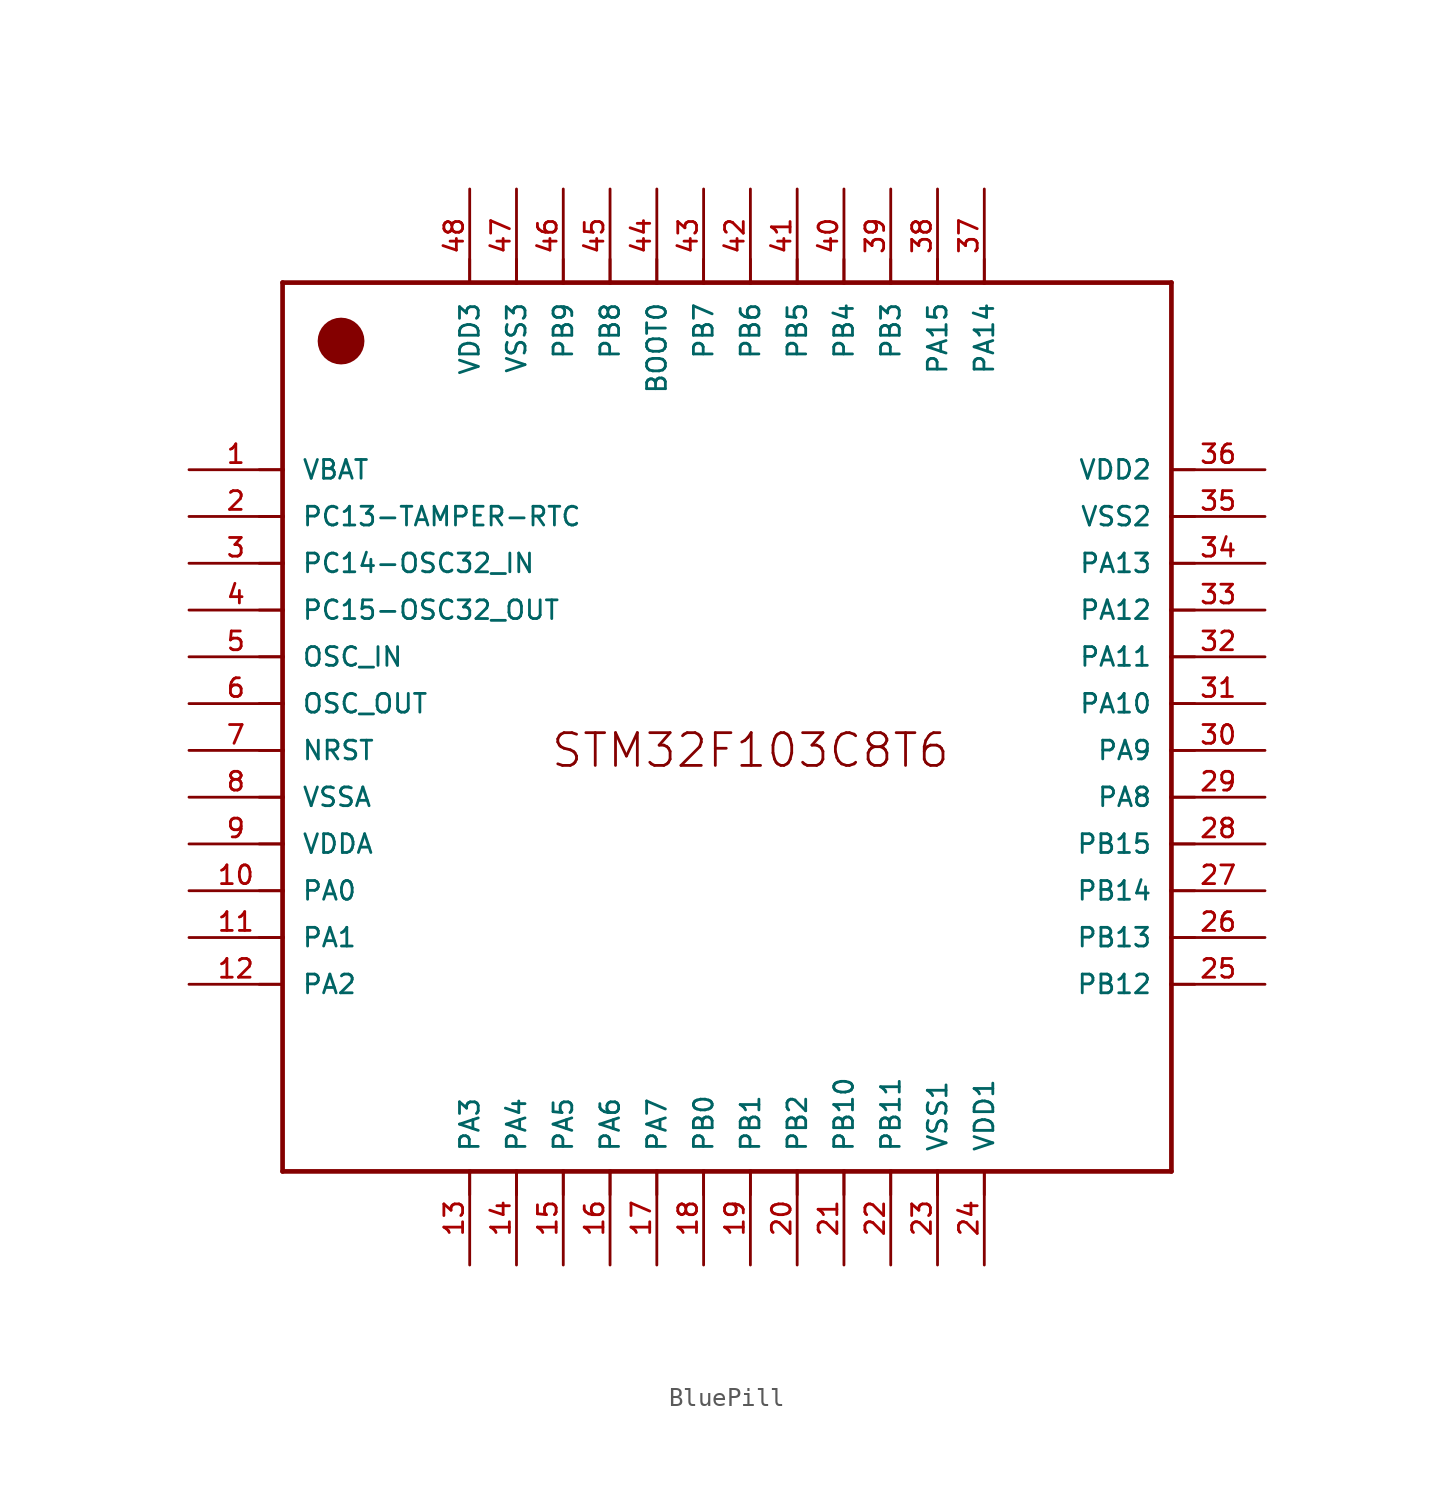
<source format=kicad_sym>
(kicad_symbol_lib
  (version 20231120)
  (generator "kicad_symbol_editor")
  (generator_version "8.0")
  (symbol "BluePill"
    (pin_names
      (offset 1.016))
    (property "Reference" "U"
      (at 21.59 26.67 0)
      (effects (font (size 1.27 1.27)) (justify left bottom) (hide yes)))
    (property "ki_locked" ""
      (at 0 0 0)
      (effects (font (size 1.27 1.27))))
    (symbol "BluePill_0_0"
      (circle (center -22.225 22.225) (radius 0.635) (stroke (width 1.27) (type solid)) (fill (type none)))
      (polyline (pts (xy -26.67 -10.16) (xy -25.4 -10.16)) (stroke (width 0.152) (type solid)) (fill (type none)))
      (polyline (pts (xy -26.67 -7.62) (xy -25.4 -7.62)) (stroke (width 0.152) (type solid)) (fill (type none)))
      (polyline (pts (xy -26.67 -5.08) (xy -25.4 -5.08)) (stroke (width 0.152) (type solid)) (fill (type none)))
      (polyline (pts (xy -26.67 -2.54) (xy -25.4 -2.54)) (stroke (width 0.152) (type solid)) (fill (type none)))
      (polyline (pts (xy -26.67 0) (xy -25.4 0)) (stroke (width 0.152) (type solid)) (fill (type none)))
      (polyline (pts (xy -26.67 2.54) (xy -25.4 2.54)) (stroke (width 0.152) (type solid)) (fill (type none)))
      (polyline (pts (xy -26.67 5.08) (xy -25.4 5.08)) (stroke (width 0.152) (type solid)) (fill (type none)))
      (polyline (pts (xy -26.67 7.62) (xy -25.4 7.62)) (stroke (width 0.152) (type solid)) (fill (type none)))
      (polyline (pts (xy -26.67 10.16) (xy -25.4 10.16)) (stroke (width 0.152) (type solid)) (fill (type none)))
      (polyline (pts (xy -26.67 12.7) (xy -25.4 12.7)) (stroke (width 0.152) (type solid)) (fill (type none)))
      (polyline (pts (xy -26.67 15.24) (xy -25.4 15.24)) (stroke (width 0.152) (type solid)) (fill (type none)))
      (polyline (pts (xy -25.4 -22.86) (xy -25.4 -10.16)) (stroke (width 0.254) (type solid)) (fill (type none)))
      (polyline (pts (xy -25.4 -12.7) (xy -26.67 -12.7)) (stroke (width 0.152) (type solid)) (fill (type none)))
      (polyline (pts (xy -25.4 -10.16) (xy -25.4 -12.7)) (stroke (width 0.152) (type solid)) (fill (type none)))
      (polyline (pts (xy -25.4 -10.16) (xy -25.4 -7.62)) (stroke (width 0.254) (type solid)) (fill (type none)))
      (polyline (pts (xy -25.4 -7.62) (xy -25.4 -5.08)) (stroke (width 0.254) (type solid)) (fill (type none)))
      (polyline (pts (xy -25.4 -5.08) (xy -25.4 -2.54)) (stroke (width 0.254) (type solid)) (fill (type none)))
      (polyline (pts (xy -25.4 -2.54) (xy -25.4 0)) (stroke (width 0.254) (type solid)) (fill (type none)))
      (polyline (pts (xy -25.4 0) (xy -25.4 2.54)) (stroke (width 0.254) (type solid)) (fill (type none)))
      (polyline (pts (xy -25.4 2.54) (xy -25.4 5.08)) (stroke (width 0.254) (type solid)) (fill (type none)))
      (polyline (pts (xy -25.4 5.08) (xy -25.4 7.62)) (stroke (width 0.254) (type solid)) (fill (type none)))
      (polyline (pts (xy -25.4 7.62) (xy -25.4 10.16)) (stroke (width 0.254) (type solid)) (fill (type none)))
      (polyline (pts (xy -25.4 10.16) (xy -25.4 12.7)) (stroke (width 0.254) (type solid)) (fill (type none)))
      (polyline (pts (xy -25.4 12.7) (xy -25.4 15.24)) (stroke (width 0.254) (type solid)) (fill (type none)))
      (polyline (pts (xy -25.4 15.24) (xy -25.4 25.4)) (stroke (width 0.254) (type solid)) (fill (type none)))
      (polyline (pts (xy -25.4 25.4) (xy -12.7 25.4)) (stroke (width 0.254) (type solid)) (fill (type none)))
      (polyline (pts (xy -15.24 -24.13) (xy -15.24 -22.86)) (stroke (width 0.152) (type solid)) (fill (type none)))
      (polyline (pts (xy -15.24 -22.86) (xy -25.4 -22.86)) (stroke (width 0.254) (type solid)) (fill (type none)))
      (polyline (pts (xy -15.24 25.4) (xy -15.24 26.67)) (stroke (width 0.152) (type solid)) (fill (type none)))
      (polyline (pts (xy -12.7 -24.13) (xy -12.7 -22.86)) (stroke (width 0.152) (type solid)) (fill (type none)))
      (polyline (pts (xy -12.7 -22.86) (xy -15.24 -22.86)) (stroke (width 0.254) (type solid)) (fill (type none)))
      (polyline (pts (xy -12.7 25.4) (xy -15.24 25.4)) (stroke (width 0.152) (type solid)) (fill (type none)))
      (polyline (pts (xy -12.7 25.4) (xy -10.16 25.4)) (stroke (width 0.254) (type solid)) (fill (type none)))
      (polyline (pts (xy -12.7 26.67) (xy -12.7 25.4)) (stroke (width 0.152) (type solid)) (fill (type none)))
      (polyline (pts (xy -10.16 -24.13) (xy -10.16 -22.86)) (stroke (width 0.152) (type solid)) (fill (type none)))
      (polyline (pts (xy -10.16 -22.86) (xy -12.7 -22.86)) (stroke (width 0.254) (type solid)) (fill (type none)))
      (polyline (pts (xy -10.16 25.4) (xy -7.62 25.4)) (stroke (width 0.254) (type solid)) (fill (type none)))
      (polyline (pts (xy -10.16 26.67) (xy -10.16 25.4)) (stroke (width 0.152) (type solid)) (fill (type none)))
      (polyline (pts (xy -7.62 -24.13) (xy -7.62 -22.86)) (stroke (width 0.152) (type solid)) (fill (type none)))
      (polyline (pts (xy -7.62 -22.86) (xy -10.16 -22.86)) (stroke (width 0.254) (type solid)) (fill (type none)))
      (polyline (pts (xy -7.62 25.4) (xy -5.08 25.4)) (stroke (width 0.254) (type solid)) (fill (type none)))
      (polyline (pts (xy -7.62 26.67) (xy -7.62 25.4)) (stroke (width 0.152) (type solid)) (fill (type none)))
      (polyline (pts (xy -5.08 -24.13) (xy -5.08 -22.86)) (stroke (width 0.152) (type solid)) (fill (type none)))
      (polyline (pts (xy -5.08 -22.86) (xy -7.62 -22.86)) (stroke (width 0.254) (type solid)) (fill (type none)))
      (polyline (pts (xy -5.08 25.4) (xy -2.54 25.4)) (stroke (width 0.254) (type solid)) (fill (type none)))
      (polyline (pts (xy -5.08 26.67) (xy -5.08 25.4)) (stroke (width 0.152) (type solid)) (fill (type none)))
      (polyline (pts (xy -2.54 -24.13) (xy -2.54 -22.86)) (stroke (width 0.152) (type solid)) (fill (type none)))
      (polyline (pts (xy -2.54 -22.86) (xy -5.08 -22.86)) (stroke (width 0.254) (type solid)) (fill (type none)))
      (polyline (pts (xy -2.54 25.4) (xy 0 25.4)) (stroke (width 0.254) (type solid)) (fill (type none)))
      (polyline (pts (xy -2.54 26.67) (xy -2.54 25.4)) (stroke (width 0.152) (type solid)) (fill (type none)))
      (polyline (pts (xy 0 -24.13) (xy 0 -22.86)) (stroke (width 0.152) (type solid)) (fill (type none)))
      (polyline (pts (xy 0 -22.86) (xy -2.54 -22.86)) (stroke (width 0.254) (type solid)) (fill (type none)))
      (polyline (pts (xy 0 25.4) (xy 2.54 25.4)) (stroke (width 0.254) (type solid)) (fill (type none)))
      (polyline (pts (xy 0 26.67) (xy 0 25.4)) (stroke (width 0.152) (type solid)) (fill (type none)))
      (polyline (pts (xy 2.54 -24.13) (xy 2.54 -22.86)) (stroke (width 0.152) (type solid)) (fill (type none)))
      (polyline (pts (xy 2.54 -22.86) (xy 0 -22.86)) (stroke (width 0.254) (type solid)) (fill (type none)))
      (polyline (pts (xy 2.54 25.4) (xy 5.08 25.4)) (stroke (width 0.254) (type solid)) (fill (type none)))
      (polyline (pts (xy 2.54 26.67) (xy 2.54 25.4)) (stroke (width 0.152) (type solid)) (fill (type none)))
      (polyline (pts (xy 5.08 -24.13) (xy 5.08 -22.86)) (stroke (width 0.152) (type solid)) (fill (type none)))
      (polyline (pts (xy 5.08 -22.86) (xy 2.54 -22.86)) (stroke (width 0.254) (type solid)) (fill (type none)))
      (polyline (pts (xy 5.08 25.4) (xy 7.62 25.4)) (stroke (width 0.254) (type solid)) (fill (type none)))
      (polyline (pts (xy 5.08 26.67) (xy 5.08 25.4)) (stroke (width 0.152) (type solid)) (fill (type none)))
      (polyline (pts (xy 7.62 -24.13) (xy 7.62 -22.86)) (stroke (width 0.152) (type solid)) (fill (type none)))
      (polyline (pts (xy 7.62 -22.86) (xy 5.08 -22.86)) (stroke (width 0.254) (type solid)) (fill (type none)))
      (polyline (pts (xy 7.62 25.4) (xy 10.16 25.4)) (stroke (width 0.254) (type solid)) (fill (type none)))
      (polyline (pts (xy 7.62 26.67) (xy 7.62 25.4)) (stroke (width 0.152) (type solid)) (fill (type none)))
      (polyline (pts (xy 10.16 -24.13) (xy 10.16 -22.86)) (stroke (width 0.152) (type solid)) (fill (type none)))
      (polyline (pts (xy 10.16 -22.86) (xy 7.62 -22.86)) (stroke (width 0.254) (type solid)) (fill (type none)))
      (polyline (pts (xy 10.16 -22.86) (xy 12.7 -22.86)) (stroke (width 0.152) (type solid)) (fill (type none)))
      (polyline (pts (xy 10.16 25.4) (xy 12.7 25.4)) (stroke (width 0.254) (type solid)) (fill (type none)))
      (polyline (pts (xy 10.16 26.67) (xy 10.16 25.4)) (stroke (width 0.152) (type solid)) (fill (type none)))
      (polyline (pts (xy 12.7 -22.86) (xy 12.7 -24.13)) (stroke (width 0.152) (type solid)) (fill (type none)))
      (polyline (pts (xy 12.7 25.4) (xy 22.86 25.4)) (stroke (width 0.254) (type solid)) (fill (type none)))
      (polyline (pts (xy 12.7 26.67) (xy 12.7 25.4)) (stroke (width 0.152) (type solid)) (fill (type none)))
      (polyline (pts (xy 22.86 -22.86) (xy 10.16 -22.86)) (stroke (width 0.254) (type solid)) (fill (type none)))
      (polyline (pts (xy 22.86 -12.7) (xy 22.86 -22.86)) (stroke (width 0.254) (type solid)) (fill (type none)))
      (polyline (pts (xy 22.86 -10.16) (xy 22.86 -12.7)) (stroke (width 0.254) (type solid)) (fill (type none)))
      (polyline (pts (xy 22.86 -7.62) (xy 22.86 -10.16)) (stroke (width 0.254) (type solid)) (fill (type none)))
      (polyline (pts (xy 22.86 -5.08) (xy 22.86 -7.62)) (stroke (width 0.254) (type solid)) (fill (type none)))
      (polyline (pts (xy 22.86 -2.54) (xy 22.86 -5.08)) (stroke (width 0.254) (type solid)) (fill (type none)))
      (polyline (pts (xy 22.86 0) (xy 22.86 -2.54)) (stroke (width 0.254) (type solid)) (fill (type none)))
      (polyline (pts (xy 22.86 2.54) (xy 22.86 0)) (stroke (width 0.254) (type solid)) (fill (type none)))
      (polyline (pts (xy 22.86 5.08) (xy 22.86 2.54)) (stroke (width 0.254) (type solid)) (fill (type none)))
      (polyline (pts (xy 22.86 7.62) (xy 22.86 5.08)) (stroke (width 0.254) (type solid)) (fill (type none)))
      (polyline (pts (xy 22.86 10.16) (xy 22.86 7.62)) (stroke (width 0.254) (type solid)) (fill (type none)))
      (polyline (pts (xy 22.86 12.7) (xy 22.86 10.16)) (stroke (width 0.254) (type solid)) (fill (type none)))
      (polyline (pts (xy 22.86 12.7) (xy 22.86 15.24)) (stroke (width 0.152) (type solid)) (fill (type none)))
      (polyline (pts (xy 22.86 15.24) (xy 24.13 15.24)) (stroke (width 0.152) (type solid)) (fill (type none)))
      (polyline (pts (xy 22.86 25.4) (xy 22.86 12.7)) (stroke (width 0.254) (type solid)) (fill (type none)))
      (polyline (pts (xy 24.13 -12.7) (xy 22.86 -12.7)) (stroke (width 0.152) (type solid)) (fill (type none)))
      (polyline (pts (xy 24.13 -10.16) (xy 22.86 -10.16)) (stroke (width 0.152) (type solid)) (fill (type none)))
      (polyline (pts (xy 24.13 -7.62) (xy 22.86 -7.62)) (stroke (width 0.152) (type solid)) (fill (type none)))
      (polyline (pts (xy 24.13 -5.08) (xy 22.86 -5.08)) (stroke (width 0.152) (type solid)) (fill (type none)))
      (polyline (pts (xy 24.13 -2.54) (xy 22.86 -2.54)) (stroke (width 0.152) (type solid)) (fill (type none)))
      (polyline (pts (xy 24.13 0) (xy 22.86 0)) (stroke (width 0.152) (type solid)) (fill (type none)))
      (polyline (pts (xy 24.13 2.54) (xy 22.86 2.54)) (stroke (width 0.152) (type solid)) (fill (type none)))
      (polyline (pts (xy 24.13 5.08) (xy 22.86 5.08)) (stroke (width 0.152) (type solid)) (fill (type none)))
      (polyline (pts (xy 24.13 7.62) (xy 22.86 7.62)) (stroke (width 0.152) (type solid)) (fill (type none)))
      (polyline (pts (xy 24.13 10.16) (xy 22.86 10.16)) (stroke (width 0.152) (type solid)) (fill (type none)))
      (polyline (pts (xy 24.13 12.7) (xy 22.86 12.7)) (stroke (width 0.152) (type solid)) (fill (type none)))
      (pin bidirectional line (at -30.48 15.24 0) (length 5.08) (name "VBAT" (effects (font (size 1.016 1.016)))) (number "1" (effects (font (size 1.016 1.016)))))
      (pin bidirectional line (at -30.48 -7.62 0) (length 5.08) (name "PA0" (effects (font (size 1.016 1.016)))) (number "10" (effects (font (size 1.016 1.016)))))
      (pin bidirectional line (at -30.48 -10.16 0) (length 5.08) (name "PA1" (effects (font (size 1.016 1.016)))) (number "11" (effects (font (size 1.016 1.016)))))
      (pin bidirectional line (at -30.48 -12.7 0) (length 5.08) (name "PA2" (effects (font (size 1.016 1.016)))) (number "12" (effects (font (size 1.016 1.016)))))
      (pin bidirectional line (at -15.24 -27.94 90) (length 5.08) (name "PA3" (effects (font (size 1.016 1.016)))) (number "13" (effects (font (size 1.016 1.016)))))
      (pin bidirectional line (at -12.7 -27.94 90) (length 5.08) (name "PA4" (effects (font (size 1.016 1.016)))) (number "14" (effects (font (size 1.016 1.016)))))
      (pin bidirectional line (at -10.16 -27.94 90) (length 5.08) (name "PA5" (effects (font (size 1.016 1.016)))) (number "15" (effects (font (size 1.016 1.016)))))
      (pin bidirectional line (at -7.62 -27.94 90) (length 5.08) (name "PA6" (effects (font (size 1.016 1.016)))) (number "16" (effects (font (size 1.016 1.016)))))
      (pin bidirectional line (at -5.08 -27.94 90) (length 5.08) (name "PA7" (effects (font (size 1.016 1.016)))) (number "17" (effects (font (size 1.016 1.016)))))
      (pin bidirectional line (at -2.54 -27.94 90) (length 5.08) (name "PB0" (effects (font (size 1.016 1.016)))) (number "18" (effects (font (size 1.016 1.016)))))
      (pin bidirectional line (at 0 -27.94 90) (length 5.08) (name "PB1" (effects (font (size 1.016 1.016)))) (number "19" (effects (font (size 1.016 1.016)))))
      (pin bidirectional line (at -30.48 12.7 0) (length 5.08) (name "PC13-TAMPER-RTC" (effects (font (size 1.016 1.016)))) (number "2" (effects (font (size 1.016 1.016)))))
      (pin bidirectional line (at 2.54 -27.94 90) (length 5.08) (name "PB2" (effects (font (size 1.016 1.016)))) (number "20" (effects (font (size 1.016 1.016)))))
      (pin bidirectional line (at 5.08 -27.94 90) (length 5.08) (name "PB10" (effects (font (size 1.016 1.016)))) (number "21" (effects (font (size 1.016 1.016)))))
      (pin bidirectional line (at 7.62 -27.94 90) (length 5.08) (name "PB11" (effects (font (size 1.016 1.016)))) (number "22" (effects (font (size 1.016 1.016)))))
      (pin bidirectional line (at 10.16 -27.94 90) (length 5.08) (name "VSS1" (effects (font (size 1.016 1.016)))) (number "23" (effects (font (size 1.016 1.016)))))
      (pin bidirectional line (at 12.7 -27.94 90) (length 5.08) (name "VDD1" (effects (font (size 1.016 1.016)))) (number "24" (effects (font (size 1.016 1.016)))))
      (pin bidirectional line (at 27.94 -12.7 180) (length 5.08) (name "PB12" (effects (font (size 1.016 1.016)))) (number "25" (effects (font (size 1.016 1.016)))))
      (pin bidirectional line (at 27.94 -10.16 180) (length 5.08) (name "PB13" (effects (font (size 1.016 1.016)))) (number "26" (effects (font (size 1.016 1.016)))))
      (pin bidirectional line (at 27.94 -7.62 180) (length 5.08) (name "PB14" (effects (font (size 1.016 1.016)))) (number "27" (effects (font (size 1.016 1.016)))))
      (pin bidirectional line (at 27.94 -5.08 180) (length 5.08) (name "PB15" (effects (font (size 1.016 1.016)))) (number "28" (effects (font (size 1.016 1.016)))))
      (pin bidirectional line (at 27.94 -2.54 180) (length 5.08) (name "PA8" (effects (font (size 1.016 1.016)))) (number "29" (effects (font (size 1.016 1.016)))))
      (pin bidirectional line (at -30.48 10.16 0) (length 5.08) (name "PC14-OSC32_IN" (effects (font (size 1.016 1.016)))) (number "3" (effects (font (size 1.016 1.016)))))
      (pin bidirectional line (at 27.94 0 180) (length 5.08) (name "PA9" (effects (font (size 1.016 1.016)))) (number "30" (effects (font (size 1.016 1.016)))))
      (pin bidirectional line (at 27.94 2.54 180) (length 5.08) (name "PA10" (effects (font (size 1.016 1.016)))) (number "31" (effects (font (size 1.016 1.016)))))
      (pin bidirectional line (at 27.94 5.08 180) (length 5.08) (name "PA11" (effects (font (size 1.016 1.016)))) (number "32" (effects (font (size 1.016 1.016)))))
      (pin bidirectional line (at 27.94 7.62 180) (length 5.08) (name "PA12" (effects (font (size 1.016 1.016)))) (number "33" (effects (font (size 1.016 1.016)))))
      (pin bidirectional line (at 27.94 10.16 180) (length 5.08) (name "PA13" (effects (font (size 1.016 1.016)))) (number "34" (effects (font (size 1.016 1.016)))))
      (pin bidirectional line (at 27.94 12.7 180) (length 5.08) (name "VSS2" (effects (font (size 1.016 1.016)))) (number "35" (effects (font (size 1.016 1.016)))))
      (pin bidirectional line (at 27.94 15.24 180) (length 5.08) (name "VDD2" (effects (font (size 1.016 1.016)))) (number "36" (effects (font (size 1.016 1.016)))))
      (pin bidirectional line (at 12.7 30.48 270) (length 5.08) (name "PA14" (effects (font (size 1.016 1.016)))) (number "37" (effects (font (size 1.016 1.016)))))
      (pin bidirectional line (at 10.16 30.48 270) (length 5.08) (name "PA15" (effects (font (size 1.016 1.016)))) (number "38" (effects (font (size 1.016 1.016)))))
      (pin bidirectional line (at 7.62 30.48 270) (length 5.08) (name "PB3" (effects (font (size 1.016 1.016)))) (number "39" (effects (font (size 1.016 1.016)))))
      (pin bidirectional line (at -30.48 7.62 0) (length 5.08) (name "PC15-OSC32_OUT" (effects (font (size 1.016 1.016)))) (number "4" (effects (font (size 1.016 1.016)))))
      (pin bidirectional line (at 5.08 30.48 270) (length 5.08) (name "PB4" (effects (font (size 1.016 1.016)))) (number "40" (effects (font (size 1.016 1.016)))))
      (pin bidirectional line (at 2.54 30.48 270) (length 5.08) (name "PB5" (effects (font (size 1.016 1.016)))) (number "41" (effects (font (size 1.016 1.016)))))
      (pin bidirectional line (at 0 30.48 270) (length 5.08) (name "PB6" (effects (font (size 1.016 1.016)))) (number "42" (effects (font (size 1.016 1.016)))))
      (pin bidirectional line (at -2.54 30.48 270) (length 5.08) (name "PB7" (effects (font (size 1.016 1.016)))) (number "43" (effects (font (size 1.016 1.016)))))
      (pin bidirectional line (at -5.08 30.48 270) (length 5.08) (name "BOOT0" (effects (font (size 1.016 1.016)))) (number "44" (effects (font (size 1.016 1.016)))))
      (pin bidirectional line (at -7.62 30.48 270) (length 5.08) (name "PB8" (effects (font (size 1.016 1.016)))) (number "45" (effects (font (size 1.016 1.016)))))
      (pin bidirectional line (at -10.16 30.48 270) (length 5.08) (name "PB9" (effects (font (size 1.016 1.016)))) (number "46" (effects (font (size 1.016 1.016)))))
      (pin bidirectional line (at -12.7 30.48 270) (length 5.08) (name "VSS3" (effects (font (size 1.016 1.016)))) (number "47" (effects (font (size 1.016 1.016)))))
      (pin bidirectional line (at -15.24 30.48 270) (length 5.08) (name "VDD3" (effects (font (size 1.016 1.016)))) (number "48" (effects (font (size 1.016 1.016)))))
      (pin bidirectional line (at -30.48 5.08 0) (length 5.08) (name "OSC_IN" (effects (font (size 1.016 1.016)))) (number "5" (effects (font (size 1.016 1.016)))))
      (pin bidirectional line (at -30.48 2.54 0) (length 5.08) (name "OSC_OUT" (effects (font (size 1.016 1.016)))) (number "6" (effects (font (size 1.016 1.016)))))
      (pin bidirectional line (at -30.48 0 0) (length 5.08) (name "NRST" (effects (font (size 1.016 1.016)))) (number "7" (effects (font (size 1.016 1.016)))))
      (pin bidirectional line (at -30.48 -2.54 0) (length 5.08) (name "VSSA" (effects (font (size 1.016 1.016)))) (number "8" (effects (font (size 1.016 1.016)))))
      (pin bidirectional line (at -30.48 -5.08 0) (length 5.08) (name "VDDA" (effects (font (size 1.016 1.016)))) (number "9" (effects (font (size 1.016 1.016))))))
    (symbol "BluePill_1_0"
      (text "STM32F103C8T6" (at 0 0 0) (effects (font (size 1.778 1.778)))))))
</source>
